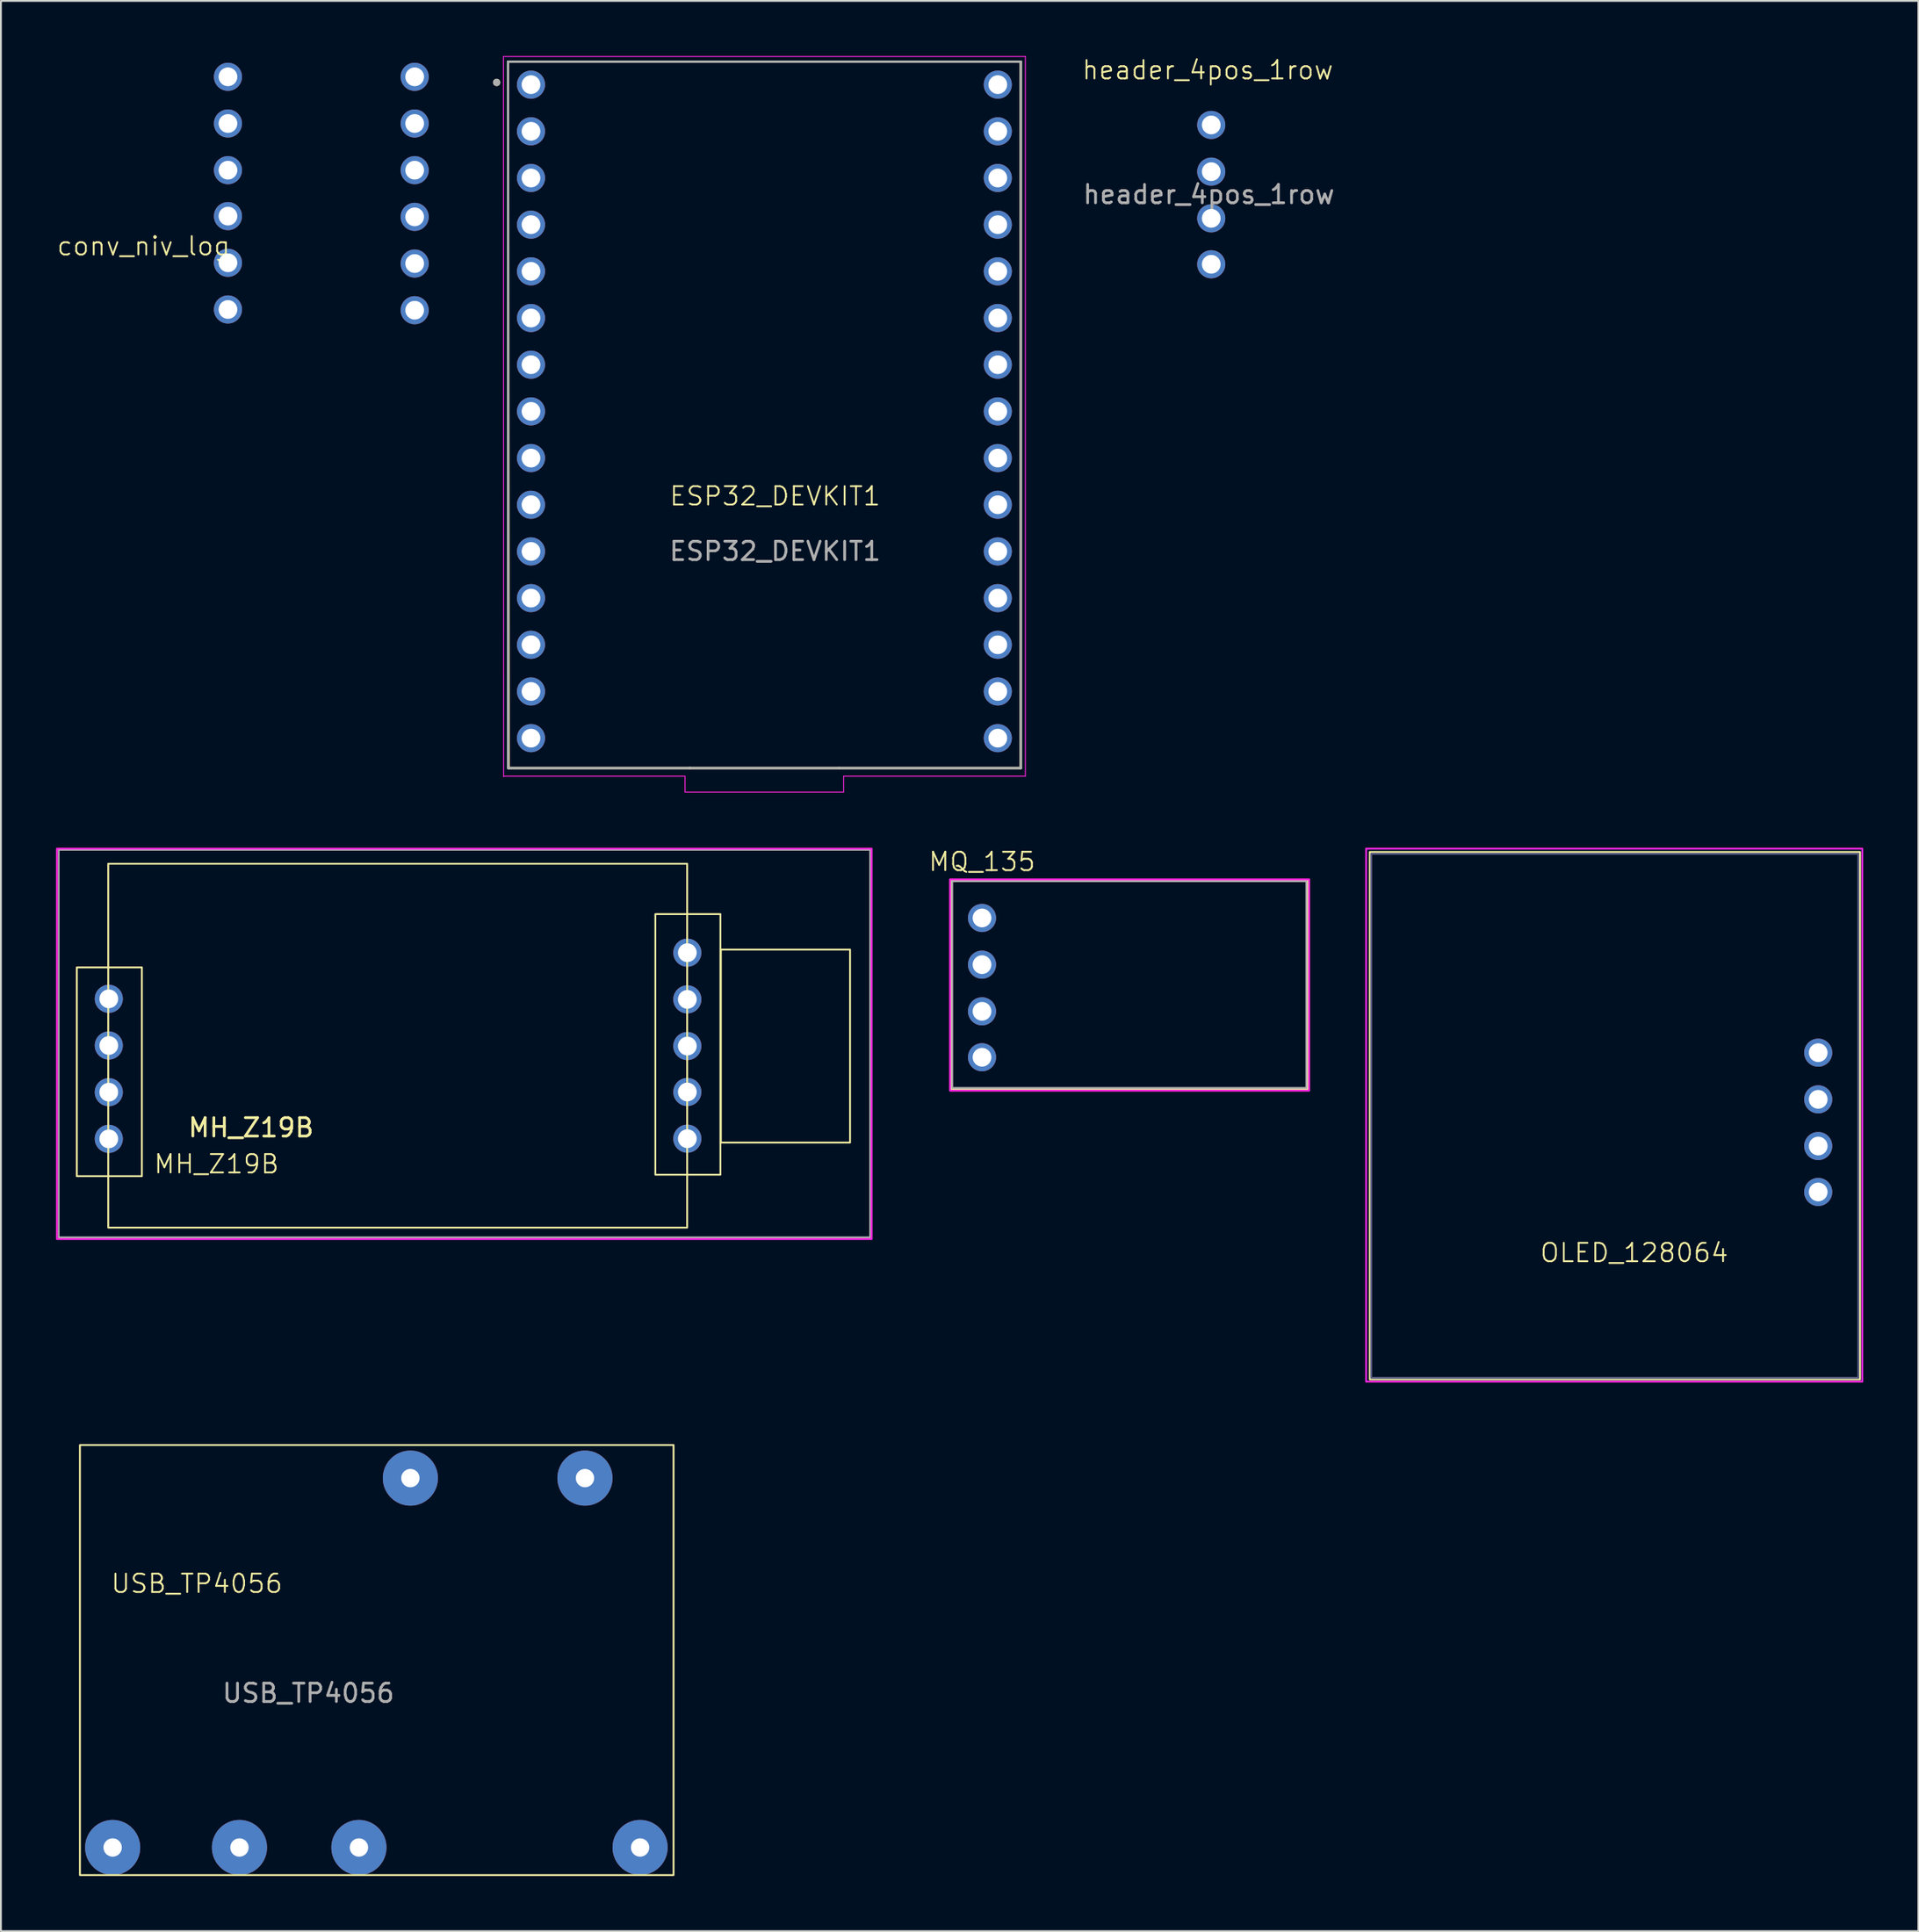
<source format=kicad_pcb>
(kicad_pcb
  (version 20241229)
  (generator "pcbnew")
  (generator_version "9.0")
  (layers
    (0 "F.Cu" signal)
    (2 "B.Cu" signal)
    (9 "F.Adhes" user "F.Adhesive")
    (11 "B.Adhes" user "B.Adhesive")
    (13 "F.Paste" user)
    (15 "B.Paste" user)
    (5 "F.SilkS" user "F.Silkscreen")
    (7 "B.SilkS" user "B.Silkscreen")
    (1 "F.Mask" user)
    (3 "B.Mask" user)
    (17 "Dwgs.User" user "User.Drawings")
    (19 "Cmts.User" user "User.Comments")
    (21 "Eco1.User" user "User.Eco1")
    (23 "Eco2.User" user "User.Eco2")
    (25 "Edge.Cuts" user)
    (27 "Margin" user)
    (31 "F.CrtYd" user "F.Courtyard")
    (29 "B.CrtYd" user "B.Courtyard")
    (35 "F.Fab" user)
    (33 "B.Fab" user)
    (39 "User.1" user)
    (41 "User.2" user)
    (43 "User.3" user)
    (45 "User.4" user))
  (footprint "ESP32_DEVKIT1"
    (layer "F.Cu")
    (at 39.319 16.625)
    (property "Reference" "ESP32_DEVKIT1" (at -0.195 7.32 0) (unlocked yes) (layer "F.SilkS") (effects (font (size 1 1) (thickness 0.1))))
    (attr smd)
    (fp_line (start -14.725 -16.32) (end -14.695 22.12) (stroke (width 0.127) (type solid)) (layer "F.SilkS"))
    (fp_line (start -14.695 22.12) (end -4.815 22.12) (stroke (width 0.127) (type solid)) (layer "F.SilkS"))
    (fp_line (start -4.845 22.12) (end 3.285 22.12) (stroke (width 0.127) (type solid)) (layer "F.SilkS"))
    (fp_line (start 3.285 22.12) (end 13.175 22.12) (stroke (width 0.127) (type solid)) (layer "F.SilkS"))
    (fp_line (start 13.175 -16.32) (end -14.725 -16.32) (stroke (width 0.127) (type solid)) (layer "F.SilkS"))
    (fp_line (start 13.175 22.12) (end 13.175 -16.32) (stroke (width 0.127) (type solid)) (layer "F.SilkS"))
    (fp_circle (center -15.345 -15.19) (end -15.245 -15.19) (stroke (width 0.2) (type solid)) (fill no) (layer "F.SilkS"))
    (fp_line (start -14.975 -16.6) (end -14.965 22.59) (stroke (width 0.05) (type solid)) (layer "F.CrtYd"))
    (fp_line (start -14.975 -16.6) (end 13.425 -16.6) (stroke (width 0.05) (type solid)) (layer "F.CrtYd"))
    (fp_line (start -14.965 22.56) (end -5.095 22.56) (stroke (width 0.05) (type solid)) (layer "F.CrtYd"))
    (fp_line (start -5.095 22.56) (end -5.095 23.43) (stroke (width 0.05) (type solid)) (layer "F.CrtYd"))
    (fp_line (start -5.095 23.43) (end 3.535 23.43) (stroke (width 0.05) (type solid)) (layer "F.CrtYd"))
    (fp_line (start 3.535 22.56) (end 13.425 22.56) (stroke (width 0.05) (type solid)) (layer "F.CrtYd"))
    (fp_line (start 3.535 23.43) (end 3.535 22.56) (stroke (width 0.05) (type solid)) (layer "F.CrtYd"))
    (fp_line (start 13.425 22.56) (end 13.425 -16.6) (stroke (width 0.05) (type solid)) (layer "F.CrtYd"))
    (fp_line (start -14.725 -16.32) (end -14.725 22.12) (stroke (width 0.127) (type solid)) (layer "F.Fab"))
    (fp_line (start -14.725 22.12) (end -4.845 22.12) (stroke (width 0.127) (type solid)) (layer "F.Fab"))
    (fp_line (start -4.845 22.12) (end 3.285 22.12) (stroke (width 0.127) (type solid)) (layer "F.Fab"))
    (fp_line (start 3.285 22.12) (end 13.175 22.12) (stroke (width 0.127) (type solid)) (layer "F.Fab"))
    (fp_line (start 13.175 -16.32) (end -14.725 -16.32) (stroke (width 0.127) (type solid)) (layer "F.Fab"))
    (fp_line (start 13.175 22.12) (end 13.175 -16.32) (stroke (width 0.127) (type solid)) (layer "F.Fab"))
    (fp_circle (center -15.345 -15.19) (end -15.245 -15.19) (stroke (width 0.2) (type solid)) (fill no) (layer "F.Fab"))
    (fp_text user "${REFERENCE}" (at -0.195 10.32 0) (unlocked yes) (layer "F.Fab") (effects (font (size 1 1) (thickness 0.15))))
    (pad "1" thru_hole circle (at -13.475 -15.07) (size 1.53 1.53) (drill 1.02) (layers "*.Cu" "*.Mask"))
    (pad "2" thru_hole circle (at -13.475 -12.53) (size 1.53 1.53) (drill 1.02) (layers "*.Cu" "*.Mask"))
    (pad "3" thru_hole circle (at -13.475 -9.99) (size 1.53 1.53) (drill 1.02) (layers "*.Cu" "*.Mask"))
    (pad "4" thru_hole circle (at -13.475 -7.45) (size 1.53 1.53) (drill 1.02) (layers "*.Cu" "*.Mask"))
    (pad "5" thru_hole circle (at -13.475 -4.91) (size 1.53 1.53) (drill 1.02) (layers "*.Cu" "*.Mask"))
    (pad "6" thru_hole circle (at -13.475 -2.37) (size 1.53 1.53) (drill 1.02) (layers "*.Cu" "*.Mask"))
    (pad "7" thru_hole circle (at -13.475 0.17) (size 1.53 1.53) (drill 1.02) (layers "*.Cu" "*.Mask"))
    (pad "8" thru_hole circle (at -13.475 2.71) (size 1.53 1.53) (drill 1.02) (layers "*.Cu" "*.Mask"))
    (pad "9" thru_hole circle (at -13.475 5.25) (size 1.53 1.53) (drill 1.02) (layers "*.Cu" "*.Mask"))
    (pad "10" thru_hole circle (at -13.475 7.79) (size 1.53 1.53) (drill 1.02) (layers "*.Cu" "*.Mask"))
    (pad "11" thru_hole circle (at -13.475 10.33) (size 1.53 1.53) (drill 1.02) (layers "*.Cu" "*.Mask"))
    (pad "12" thru_hole circle (at -13.475 12.87) (size 1.53 1.53) (drill 1.02) (layers "*.Cu" "*.Mask"))
    (pad "13" thru_hole circle (at -13.475 15.41) (size 1.53 1.53) (drill 1.02) (layers "*.Cu" "*.Mask"))
    (pad "14" thru_hole circle (at -13.475 17.95) (size 1.53 1.53) (drill 1.02) (layers "*.Cu" "*.Mask"))
    (pad "15" thru_hole circle (at -13.475 20.49) (size 1.53 1.53) (drill 1.02) (layers "*.Cu" "*.Mask"))
    (pad "16" thru_hole circle (at 11.925 20.49) (size 1.53 1.53) (drill 1.02) (layers "*.Cu" "*.Mask"))
    (pad "17" thru_hole circle (at 11.925 17.95) (size 1.53 1.53) (drill 1.02) (layers "*.Cu" "*.Mask"))
    (pad "18" thru_hole circle (at 11.925 15.41) (size 1.53 1.53) (drill 1.02) (layers "*.Cu" "*.Mask"))
    (pad "19" thru_hole circle (at 11.925 12.87) (size 1.53 1.53) (drill 1.02) (layers "*.Cu" "*.Mask"))
    (pad "20" thru_hole circle (at 11.925 10.33) (size 1.53 1.53) (drill 1.02) (layers "*.Cu" "*.Mask"))
    (pad "21" thru_hole circle (at 11.925 7.79) (size 1.53 1.53) (drill 1.02) (layers "*.Cu" "*.Mask"))
    (pad "22" thru_hole circle (at 11.925 5.25) (size 1.53 1.53) (drill 1.02) (layers "*.Cu" "*.Mask"))
    (pad "23" thru_hole circle (at 11.925 2.71) (size 1.53 1.53) (drill 1.02) (layers "*.Cu" "*.Mask"))
    (pad "24" thru_hole circle (at 11.925 0.17) (size 1.53 1.53) (drill 1.02) (layers "*.Cu" "*.Mask"))
    (pad "25" thru_hole circle (at 11.925 -2.37) (size 1.53 1.53) (drill 1.02) (layers "*.Cu" "*.Mask"))
    (pad "26" thru_hole circle (at 11.925 -4.91) (size 1.53 1.53) (drill 1.02) (layers "*.Cu" "*.Mask"))
    (pad "27" thru_hole circle (at 11.925 -7.45) (size 1.53 1.53) (drill 1.02) (layers "*.Cu" "*.Mask"))
    (pad "28" thru_hole circle (at 11.925 -9.99) (size 1.53 1.53) (drill 1.02) (layers "*.Cu" "*.Mask"))
    (pad "29" thru_hole circle (at 11.925 -12.53) (size 1.53 1.53) (drill 1.02) (layers "*.Cu" "*.Mask"))
    (pad "30" thru_hole circle (at 11.925 -15.07) (size 1.53 1.53) (drill 1.02) (layers "*.Cu" "*.Mask")))
  (footprint "header_4pos_1row"
    (layer "F.Cu")
    (at 62.848 7.49)
    (property "Reference" "header_4pos_1row" (at -0.18 -6.73 0) (unlocked yes) (layer "F.SilkS") (effects (font (size 1 1) (thickness 0.1))))
    (attr through_hole)
    (fp_rect (start -1.73 -5.84) (end 1.81 5.66) (stroke (width 0.1) (type default)) (fill no) (layer "Margin"))
    (fp_text user "${REFERENCE}" (at -0.12 0.04 0) (unlocked yes) (layer "F.Fab") (effects (font (size 1 1) (thickness 0.15))))
    (pad "1" thru_hole circle (at 0.01 -3.74) (size 1.53 1.53) (drill 1.02) (layers "*.Cu" "*.Mask"))
    (pad "2" thru_hole circle (at 0.01 -1.2) (size 1.53 1.53) (drill 1.02) (layers "*.Cu" "*.Mask"))
    (pad "3" thru_hole circle (at 0.01 1.34) (size 1.53 1.53) (drill 1.02) (layers "*.Cu" "*.Mask"))
    (pad "4" thru_hole circle (at 0.01 3.84) (size 1.53 1.53) (drill 1.02) (layers "*.Cu" "*.Mask")))
  (footprint "MH_Z19B"
    (layer "F.Cu")
    (at 17.37 54.56)
    (property "Reference" "MH_Z19B" (at -8.64 5.73 0) (unlocked yes) (layer "F.SilkS") (effects (font (size 1 1) (thickness 0.1))))
    (attr through_hole)
    (fp_rect (start -16.24 -4.97) (end -12.7 6.39) (stroke (width 0.1) (type default)) (fill no) (layer "F.SilkS"))
    (fp_rect (start -14.53 -10.61) (end 16.97 9.19) (stroke (width 0.1) (type default)) (fill no) (layer "F.SilkS"))
    (fp_rect (start 15.24 -7.87) (end 18.78 6.31) (stroke (width 0.1) (type default)) (fill no) (layer "F.SilkS"))
    (fp_rect (start 18.805 -5.94) (end 25.835 4.56) (stroke (width 0.1) (type default)) (fill no) (layer "F.SilkS"))
    (fp_rect (start -17.32 -11.43) (end 27.01 9.81) (stroke (width 0.1) (type default)) (fill no) (layer "F.CrtYd"))
    (fp_rect (start -17.23 -11.37) (end 26.93 9.72) (stroke (width 0.1) (type default)) (fill no) (layer "F.Fab"))
    (fp_text user "${REFERENCE}" (at -6.76 3.75 0) (unlocked yes) (layer "F.SilkS") (effects (font (size 1 1) (thickness 0.15))))
    (pad "" thru_hole circle (at -14.5 -3.26) (size 1.53 1.53) (drill 1.02) (layers "*.Cu" "*.Mask"))
    (pad "" thru_hole circle (at -14.5 -0.72) (size 1.53 1.53) (drill 1.02) (layers "*.Cu" "*.Mask"))
    (pad "" thru_hole circle (at 16.98 -5.77) (size 1.53 1.53) (drill 1.02) (layers "*.Cu" "*.Mask"))
    (pad "" thru_hole circle (at 16.98 -3.23) (size 1.53 1.53) (drill 1.02) (layers "*.Cu" "*.Mask"))
    (pad "" thru_hole circle (at 16.98 4.35) (size 1.53 1.53) (drill 1.02) (layers "*.Cu" "*.Mask"))
    (pad "1" thru_hole circle (at 16.98 1.81) (size 1.53 1.53) (drill 1.02) (layers "*.Cu" "*.Mask"))
    (pad "2" thru_hole circle (at 16.98 -0.69) (size 1.53 1.53) (drill 1.02) (layers "*.Cu" "*.Mask"))
    (pad "3" thru_hole circle (at -14.5 4.36) (size 1.53 1.53) (drill 1.02) (layers "*.Cu" "*.Mask"))
    (pad "4" thru_hole circle (at -14.5 1.82) (size 1.53 1.53) (drill 1.02) (layers "*.Cu" "*.Mask")))
  (footprint "conv_niv_log"
    (layer "F.Cu")
    (at 14.944 7.63)
    (property "Reference" "conv_niv_log" (at -10.18 2.71 0) (unlocked yes) (layer "F.SilkS") (effects (font (size 1 1) (thickness 0.1))))
    (attr through_hole)
    (fp_rect (start -6.82 -7.58) (end 5.78 7.25) (stroke (width 0.1) (type default)) (fill no) (layer "Margin"))
    (pad "" thru_hole circle (at 4.57 -1.42) (size 1.53 1.53) (drill 1.02) (layers "*.Cu" "*.Mask"))
    (pad "1" thru_hole circle (at -5.59 1.08) (size 1.53 1.53) (drill 1.02) (layers "*.Cu" "*.Mask"))
    (pad "2" thru_hole circle (at -5.59 6.16) (size 1.53 1.53) (drill 1.02) (layers "*.Cu" "*.Mask"))
    (pad "3" thru_hole circle (at -5.59 3.62) (size 1.53 1.53) (drill 1.02) (layers "*.Cu" "*.Mask"))
    (pad "4" thru_hole circle (at -5.59 -3.96) (size 1.53 1.53) (drill 1.02) (layers "*.Cu" "*.Mask"))
    (pad "5" thru_hole circle (at -5.59 -6.5) (size 1.53 1.53) (drill 1.02) (layers "*.Cu" "*.Mask"))
    (pad "7" thru_hole circle (at -5.59 -1.42) (size 1.53 1.53) (drill 1.02) (layers "*.Cu" "*.Mask"))
    (pad "10" thru_hole circle (at 4.57 -6.5) (size 1.53 1.53) (drill 1.02) (layers "*.Cu" "*.Mask"))
    (pad "11" thru_hole circle (at 4.57 -3.96) (size 1.53 1.53) (drill 1.02) (layers "*.Cu" "*.Mask"))
    (pad "12" thru_hole circle (at 4.57 3.66) (size 1.53 1.53) (drill 1.02) (layers "*.Cu" "*.Mask"))
    (pad "13" thru_hole circle (at 4.57 6.2) (size 1.53 1.53) (drill 1.02) (layers "*.Cu" "*.Mask"))
    (pad "14" thru_hole circle (at 4.57 1.12) (size 1.53 1.53) (drill 1.02) (layers "*.Cu" "*.Mask")))
  (footprint "OLED_128064"
    (layer "F.Cu")
    (at 95.825 57.73)
    (property "Reference" "OLED_128064" (at -9.95 7.39 0) (unlocked yes) (layer "F.SilkS") (effects (font (size 1 1) (thickness 0.1))))
    (attr through_hole)
    (fp_rect (start -24.34 -14.42) (end 2.34 14.28) (stroke (width 0.1) (type default)) (fill no) (layer "F.SilkS"))
    (fp_rect (start -24.54 -14.6) (end 2.46 14.4) (stroke (width 0.1) (type default)) (fill no) (layer "F.CrtYd"))
    (fp_rect (start -24.26 -14.32) (end 2.24 14.19) (stroke (width 0.1) (type default)) (fill no) (layer "B.Fab"))
    (pad "1" thru_hole circle (at 0.06 4.08) (size 1.53 1.53) (drill 1.02) (layers "*.Cu" "*.Mask"))
    (pad "2" thru_hole circle (at 0.06 1.58) (size 1.53 1.53) (drill 1.02) (layers "*.Cu" "*.Mask" "Eco2.User"))
    (pad "3" thru_hole circle (at 0.06 -3.5) (size 1.53 1.53) (drill 1.02) (layers "*.Cu" "*.Mask"))
    (pad "4" thru_hole circle (at 0.06 -0.96) (size 1.53 1.53) (drill 1.02) (layers "*.Cu" "*.Mask" "Eco2.User")))
  (footprint "MQ_135"
    (layer "F.Cu")
    (at 50.385 50.3)
    (property "Reference" "MQ_135" (at 0 -6.46 0) (unlocked yes) (layer "F.SilkS") (effects (font (size 1 1) (thickness 0.1))))
    (attr through_hole)
    (fp_rect (start -1.68 -5.46) (end 17.72 5.92) (stroke (width 0.1) (type default)) (fill no) (layer "F.SilkS"))
    (fp_rect (start -1.74 -5.5) (end 17.8 6) (stroke (width 0.1) (type default)) (fill no) (layer "F.CrtYd"))
    (fp_rect (start -1.62 -5.4) (end 17.65 5.85) (stroke (width 0.1) (type default)) (fill no) (layer "F.Fab"))
    (pad "1" thru_hole circle (at 0 4.18) (size 1.53 1.53) (drill 1.02) (layers "*.Cu" "*.Mask"))
    (pad "2" thru_hole circle (at 0 -3.4) (size 1.53 1.53) (drill 1.02) (layers "*.Cu" "*.Mask"))
    (pad "3" thru_hole circle (at 0 -0.86) (size 1.53 1.53) (drill 1.02) (layers "*.Cu" "*.Mask"))
    (pad "4" thru_hole circle (at 0 1.68) (size 1.53 1.53) (drill 1.02) (layers "*.Cu" "*.Mask")))
  (footprint "USB_TP4056"
    (layer "F.Cu")
    (at 0.25 75.43)
    (property "Reference" "USB_TP4056" (at 7.41 7.69 0) (unlocked yes) (layer "F.SilkS") (effects (font (size 1 1) (thickness 0.1))))
    (attr smd)
    (fp_rect (start 1.05 0.15) (end 33.35 23.55) (stroke (width 0.1) (type default)) (fill no) (layer "F.SilkS"))
    (fp_text user "${REFERENCE}" (at 13.48 13.65 0) (unlocked yes) (layer "F.Fab") (effects (font (size 1 1) (thickness 0.15))))
    (pad "1" thru_hole circle (at 2.83 22.05) (size 3 3) (drill 1) (layers "*.Cu" "*.Mask"))
    (pad "2" thru_hole circle (at 9.73 22.05) (size 3 3) (drill 1) (layers "*.Cu" "*.Mask"))
    (pad "3" thru_hole circle (at 16.23 22.05) (size 3 3) (drill 1) (layers "*.Cu" "*.Mask"))
    (pad "4" thru_hole circle (at 31.53 22.05) (size 3 3) (drill 1) (layers "*.Cu" "*.Mask"))
    (pad "5" thru_hole circle (at 19.03 1.95) (size 3 3) (drill 1) (layers "*.Cu" "*.Mask"))
    (pad "6" thru_hole circle (at 28.53 1.95) (size 3 3) (drill 1) (layers "*.Cu" "*.Mask")))
  (gr_rect
    (start -3 -3)
    (end 101.335 102.03)
    (stroke (width 0.1) (type default))
    (fill no)
    (layer "Edge.Cuts")))
</source>
